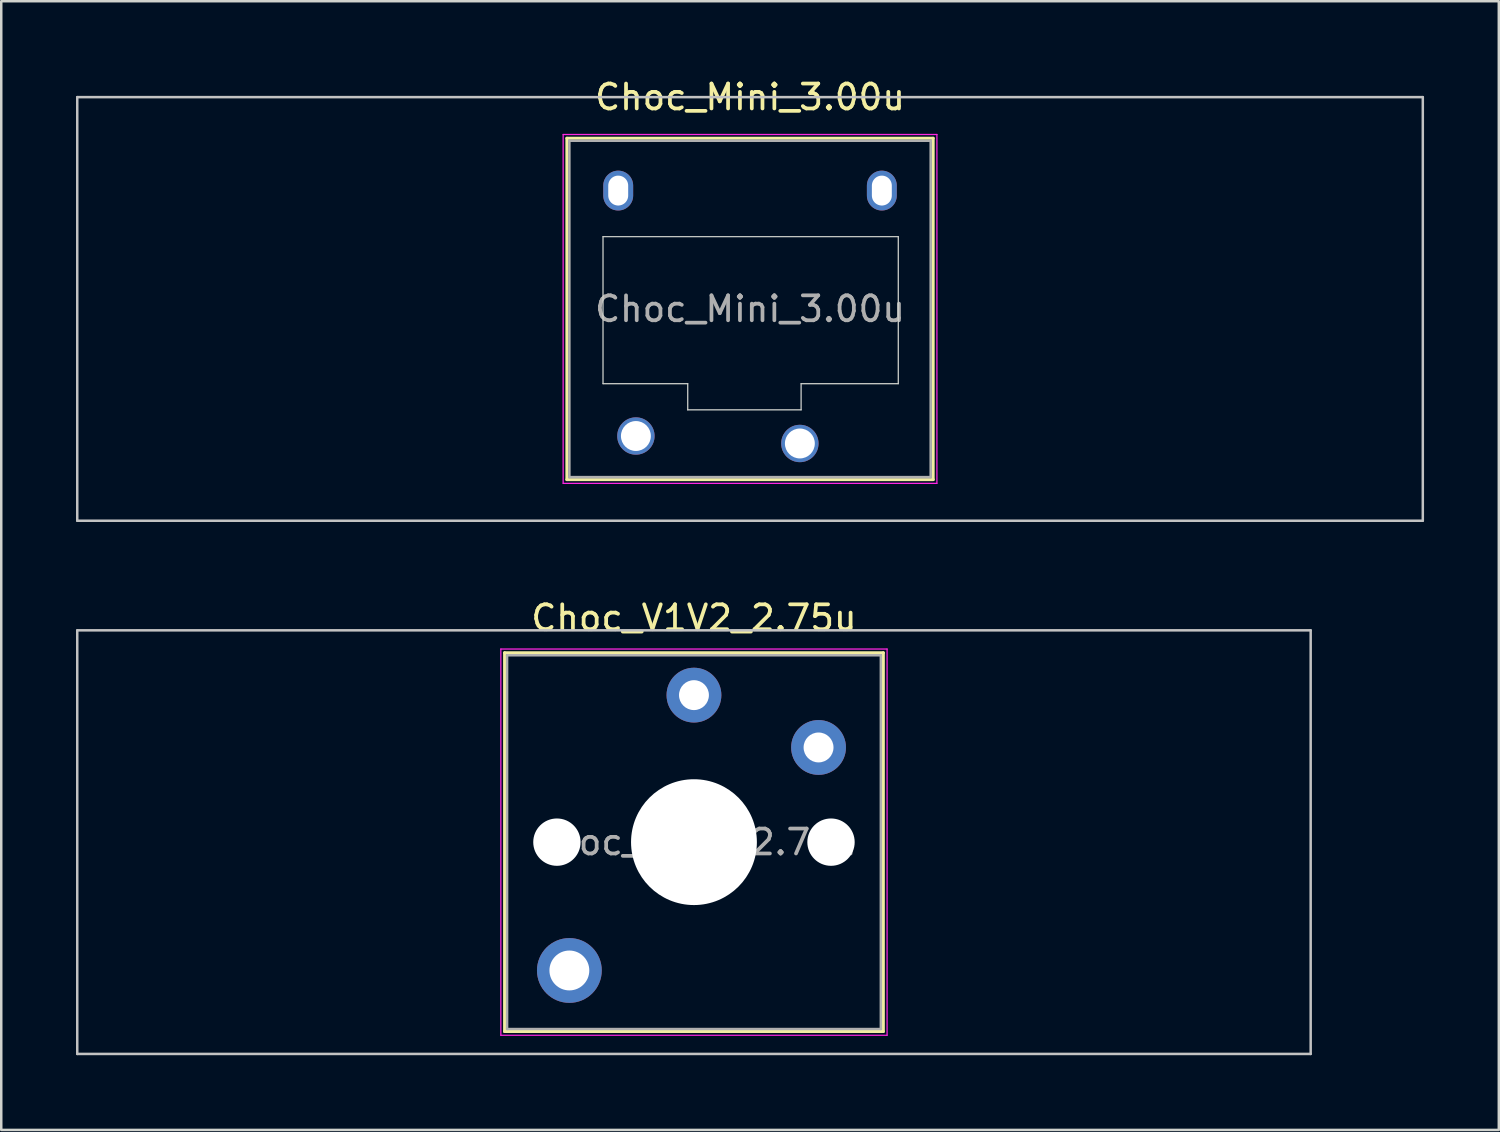
<source format=kicad_pcb>
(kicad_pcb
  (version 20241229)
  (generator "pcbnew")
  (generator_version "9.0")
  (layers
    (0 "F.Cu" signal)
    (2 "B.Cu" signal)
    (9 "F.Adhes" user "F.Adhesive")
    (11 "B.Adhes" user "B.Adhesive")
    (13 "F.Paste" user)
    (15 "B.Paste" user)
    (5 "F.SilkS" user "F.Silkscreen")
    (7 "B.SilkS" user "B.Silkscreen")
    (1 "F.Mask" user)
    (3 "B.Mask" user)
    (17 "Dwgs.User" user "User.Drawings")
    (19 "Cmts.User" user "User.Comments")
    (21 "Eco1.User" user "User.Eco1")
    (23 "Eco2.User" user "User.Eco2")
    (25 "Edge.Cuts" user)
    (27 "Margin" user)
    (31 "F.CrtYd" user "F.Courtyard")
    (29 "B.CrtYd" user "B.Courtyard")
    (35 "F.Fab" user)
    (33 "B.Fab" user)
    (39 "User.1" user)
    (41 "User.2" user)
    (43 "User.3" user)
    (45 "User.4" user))
  (footprint "Choc_V1V2_2.75u"
    (layer "F.Cu")
    (at 24.8 30.747)
    (property "Reference" "Choc_V1V2_2.75u" (at 0 -9 0) (layer "F.SilkS") (effects (font (size 1 1) (thickness 0.15))))
    (attr through_hole)
    (fp_line (start -7.6 -7.6) (end -7.6 7.6) (stroke (width 0.12) (type solid)) (layer "F.SilkS"))
    (fp_line (start -7.6 7.6) (end 7.6 7.6) (stroke (width 0.12) (type solid)) (layer "F.SilkS"))
    (fp_line (start 7.6 -7.6) (end -7.6 -7.6) (stroke (width 0.12) (type solid)) (layer "F.SilkS"))
    (fp_line (start 7.6 7.6) (end 7.6 -7.6) (stroke (width 0.12) (type solid)) (layer "F.SilkS"))
    (fp_line (start -24.75 -8.5) (end -24.75 8.5) (stroke (width 0.1) (type solid)) (layer "Dwgs.User"))
    (fp_line (start -24.75 8.5) (end 24.75 8.5) (stroke (width 0.1) (type solid)) (layer "Dwgs.User"))
    (fp_line (start 24.75 -8.5) (end -24.75 -8.5) (stroke (width 0.1) (type solid)) (layer "Dwgs.User"))
    (fp_line (start 24.75 8.5) (end 24.75 -8.5) (stroke (width 0.1) (type solid)) (layer "Dwgs.User"))
    (fp_line (start -7.25 -7.25) (end -7.25 7.25) (stroke (width 0.1) (type solid)) (layer "Eco1.User"))
    (fp_line (start -7.25 7.25) (end 7.25 7.25) (stroke (width 0.1) (type solid)) (layer "Eco1.User"))
    (fp_line (start 7.25 -7.25) (end -7.25 -7.25) (stroke (width 0.1) (type solid)) (layer "Eco1.User"))
    (fp_line (start 7.25 7.25) (end 7.25 -7.25) (stroke (width 0.1) (type solid)) (layer "Eco1.User"))
    (fp_line (start -7.75 -7.75) (end -7.75 7.75) (stroke (width 0.05) (type solid)) (layer "F.CrtYd"))
    (fp_line (start -7.75 7.75) (end 7.75 7.75) (stroke (width 0.05) (type solid)) (layer "F.CrtYd"))
    (fp_line (start 7.75 -7.75) (end -7.75 -7.75) (stroke (width 0.05) (type solid)) (layer "F.CrtYd"))
    (fp_line (start 7.75 7.75) (end 7.75 -7.75) (stroke (width 0.05) (type solid)) (layer "F.CrtYd"))
    (fp_line (start -7.5 -7.5) (end -7.5 7.5) (stroke (width 0.1) (type solid)) (layer "F.Fab"))
    (fp_line (start -7.5 7.5) (end 7.5 7.5) (stroke (width 0.1) (type solid)) (layer "F.Fab"))
    (fp_line (start 7.5 -7.5) (end -7.5 -7.5) (stroke (width 0.1) (type solid)) (layer "F.Fab"))
    (fp_line (start 7.5 7.5) (end 7.5 -7.5) (stroke (width 0.1) (type solid)) (layer "F.Fab"))
    (fp_text user "${REFERENCE}" (at 0 0 0) (layer "F.Fab") (effects (font (size 1 1) (thickness 0.15))))
    (pad "" np_thru_hole circle (at -5.5 0) (size 1.9 1.9) (drill 1.9) (layers "*.Cu" "*.Mask"))
    (pad "" thru_hole circle (at -5 5.15) (size 2.6 2.6) (drill 1.6) (layers "*.Cu" "*.Mask"))
    (pad "" np_thru_hole circle (at 0 0) (size 5.05 5.05) (drill 5.05) (layers "*.Cu" "*.Mask"))
    (pad "" np_thru_hole circle (at 5.5 0) (size 1.9 1.9) (drill 1.9) (layers "*.Cu" "*.Mask"))
    (pad "1" thru_hole circle (at 0 -5.9) (size 2.2 2.2) (drill 1.2) (layers "*.Cu" "*.Mask"))
    (pad "2" thru_hole circle (at 5 -3.8) (size 2.2 2.2) (drill 1.2) (layers "*.Cu" "*.Mask")))
  (footprint "Choc_Mini_3.00u"
    (layer "F.Cu")
    (at 27.05 9.348)
    (property "Reference" "Choc_Mini_3.00u" (at 0 -8.5 0) (layer "F.SilkS") (effects (font (size 1 1) (thickness 0.15))))
    (attr through_hole)
    (fp_line (start -7.35 -6.85) (end -7.35 6.85) (stroke (width 0.12) (type solid)) (layer "F.SilkS"))
    (fp_line (start -7.35 6.85) (end 7.35 6.85) (stroke (width 0.12) (type solid)) (layer "F.SilkS"))
    (fp_line (start 7.35 -6.85) (end -7.35 -6.85) (stroke (width 0.12) (type solid)) (layer "F.SilkS"))
    (fp_line (start 7.35 6.85) (end 7.35 -6.85) (stroke (width 0.12) (type solid)) (layer "F.SilkS"))
    (fp_line (start -27 -8.5) (end -27 8.5) (stroke (width 0.1) (type solid)) (layer "Dwgs.User"))
    (fp_line (start -27 8.5) (end 27 8.5) (stroke (width 0.1) (type solid)) (layer "Dwgs.User"))
    (fp_line (start 27 -8.5) (end -27 -8.5) (stroke (width 0.1) (type solid)) (layer "Dwgs.User"))
    (fp_line (start 27 8.5) (end 27 -8.5) (stroke (width 0.1) (type solid)) (layer "Dwgs.User"))
    (fp_line (start -6.85 -6.35) (end -6.85 6.35) (stroke (width 0.1) (type solid)) (layer "Eco1.User"))
    (fp_line (start -6.85 6.35) (end 6.85 6.35) (stroke (width 0.1) (type solid)) (layer "Eco1.User"))
    (fp_line (start 6.85 -6.35) (end -6.85 -6.35) (stroke (width 0.1) (type solid)) (layer "Eco1.User"))
    (fp_line (start 6.85 6.35) (end 6.85 -6.35) (stroke (width 0.1) (type solid)) (layer "Eco1.User"))
    (fp_line (start -5.9 -2.9) (end -5.9 3) (stroke (width 0.05) (type solid)) (layer "Edge.Cuts"))
    (fp_line (start -5.9 3) (end -2.5 3) (stroke (width 0.05) (type solid)) (layer "Edge.Cuts"))
    (fp_line (start -2.5 3) (end -2.5 4.05) (stroke (width 0.05) (type solid)) (layer "Edge.Cuts"))
    (fp_line (start -2.5 4.05) (end 2.05 4.05) (stroke (width 0.05) (type solid)) (layer "Edge.Cuts"))
    (fp_line (start 2.05 3) (end 5.95 3) (stroke (width 0.05) (type solid)) (layer "Edge.Cuts"))
    (fp_line (start 2.05 4.05) (end 2.05 3) (stroke (width 0.05) (type solid)) (layer "Edge.Cuts"))
    (fp_line (start 5.95 -2.9) (end -5.9 -2.9) (stroke (width 0.05) (type solid)) (layer "Edge.Cuts"))
    (fp_line (start 5.95 3) (end 5.95 -2.9) (stroke (width 0.05) (type solid)) (layer "Edge.Cuts"))
    (fp_line (start -7.5 -7) (end -7.5 7) (stroke (width 0.05) (type solid)) (layer "F.CrtYd"))
    (fp_line (start -7.5 7) (end 7.5 7) (stroke (width 0.05) (type solid)) (layer "F.CrtYd"))
    (fp_line (start 7.5 -7) (end -7.5 -7) (stroke (width 0.05) (type solid)) (layer "F.CrtYd"))
    (fp_line (start 7.5 7) (end 7.5 -7) (stroke (width 0.05) (type solid)) (layer "F.CrtYd"))
    (fp_line (start -7.25 -6.75) (end -7.25 6.75) (stroke (width 0.1) (type solid)) (layer "F.Fab"))
    (fp_line (start -7.25 6.75) (end 7.25 6.75) (stroke (width 0.1) (type solid)) (layer "F.Fab"))
    (fp_line (start 7.25 -6.75) (end -7.25 -6.75) (stroke (width 0.1) (type solid)) (layer "F.Fab"))
    (fp_line (start 7.25 6.75) (end 7.25 -6.75) (stroke (width 0.1) (type solid)) (layer "F.Fab"))
    (fp_text user "${REFERENCE}" (at 0 0 0) (layer "F.Fab") (effects (font (size 1 1) (thickness 0.15))))
    (pad "" np_thru_hole oval (at -5.29 -4.75) (size 1.2 1.6) (drill oval 0.8 1.2) (layers "*.Cu" "*.Mask"))
    (pad "" np_thru_hole oval (at 5.29 -4.75) (size 1.2 1.6) (drill oval 0.8 1.2) (layers "*.Cu" "*.Mask"))
    (pad "1" thru_hole circle (at 2 5.4) (size 1.5 1.5) (drill 1.2) (layers "*.Cu" "*.Mask"))
    (pad "2" thru_hole circle (at -4.58 5.1) (size 1.5 1.5) (drill 1.2) (layers "*.Cu" "*.Mask")))
  (gr_rect
    (start -3 -3)
    (end 57.1 42.297)
    (stroke (width 0.1) (type default))
    (fill no)
    (layer "Edge.Cuts")))
</source>
